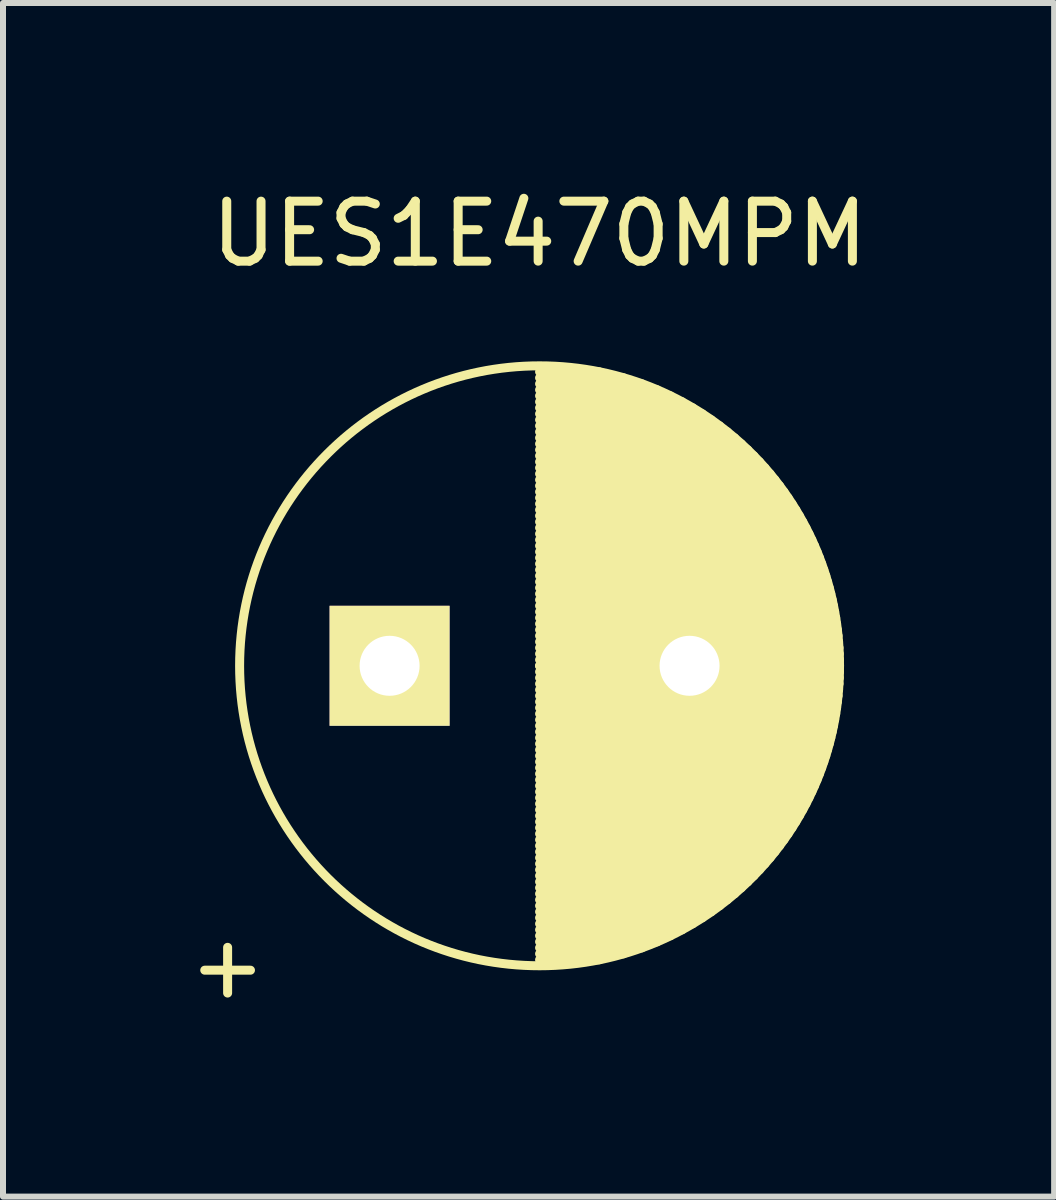
<source format=kicad_pcb>
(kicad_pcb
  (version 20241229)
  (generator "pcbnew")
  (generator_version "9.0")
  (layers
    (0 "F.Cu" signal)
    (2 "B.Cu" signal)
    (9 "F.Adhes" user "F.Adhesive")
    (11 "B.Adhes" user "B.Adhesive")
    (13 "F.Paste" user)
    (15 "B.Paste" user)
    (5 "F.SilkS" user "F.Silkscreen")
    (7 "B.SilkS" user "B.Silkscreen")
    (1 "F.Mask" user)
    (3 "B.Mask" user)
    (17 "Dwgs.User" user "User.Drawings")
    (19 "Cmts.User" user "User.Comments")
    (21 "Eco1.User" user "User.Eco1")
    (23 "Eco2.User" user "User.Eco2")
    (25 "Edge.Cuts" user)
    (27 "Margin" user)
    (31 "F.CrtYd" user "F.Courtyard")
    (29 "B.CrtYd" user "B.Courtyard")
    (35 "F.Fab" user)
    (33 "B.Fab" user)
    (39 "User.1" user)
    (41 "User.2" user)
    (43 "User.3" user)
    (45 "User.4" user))
  (footprint "UES1E470MPM"
    (layer "F.Cu")
    (at 3.444 8.048)
    (property "Reference" "UES1E470MPM" (at 2.5 -7.2 0) (layer "F.SilkS") (effects (font (size 1 1) (thickness 0.15))))
    (attr through_hole)
    (fp_line (start 2.5 -4.9) (end 3.495 -4.9) (stroke (width 0.15) (type solid)) (layer "F.SilkS"))
    (fp_line (start 2.5 -4.8) (end 3.9 -4.8) (stroke (width 0.15) (type solid)) (layer "F.SilkS"))
    (fp_line (start 2.5 -4.7) (end 4.206 -4.7) (stroke (width 0.15) (type solid)) (layer "F.SilkS"))
    (fp_line (start 2.5 -4.6) (end 4.46 -4.6) (stroke (width 0.15) (type solid)) (layer "F.SilkS"))
    (fp_line (start 2.5 -4.5) (end 4.679 -4.5) (stroke (width 0.15) (type solid)) (layer "F.SilkS"))
    (fp_line (start 2.5 -4.4) (end 4.875 -4.4) (stroke (width 0.15) (type solid)) (layer "F.SilkS"))
    (fp_line (start 2.5 -4.3) (end 5.051 -4.3) (stroke (width 0.15) (type solid)) (layer "F.SilkS"))
    (fp_line (start 2.5 -4.2) (end 5.213 -4.2) (stroke (width 0.15) (type solid)) (layer "F.SilkS"))
    (fp_line (start 2.5 -4.1) (end 5.362 -4.1) (stroke (width 0.15) (type solid)) (layer "F.SilkS"))
    (fp_line (start 2.5 -4) (end 5.5 -4) (stroke (width 0.15) (type solid)) (layer "F.SilkS"))
    (fp_line (start 2.5 -3.9) (end 5.629 -3.9) (stroke (width 0.15) (type solid)) (layer "F.SilkS"))
    (fp_line (start 2.5 -3.8) (end 5.75 -3.8) (stroke (width 0.15) (type solid)) (layer "F.SilkS"))
    (fp_line (start 2.5 -3.7) (end 5.863 -3.7) (stroke (width 0.15) (type solid)) (layer "F.SilkS"))
    (fp_line (start 2.5 -3.6) (end 5.97 -3.6) (stroke (width 0.15) (type solid)) (layer "F.SilkS"))
    (fp_line (start 2.5 -3.5) (end 6.071 -3.5) (stroke (width 0.15) (type solid)) (layer "F.SilkS"))
    (fp_line (start 2.5 -3.4) (end 6.166 -3.4) (stroke (width 0.15) (type solid)) (layer "F.SilkS"))
    (fp_line (start 2.5 -3.3) (end 6.256 -3.3) (stroke (width 0.15) (type solid)) (layer "F.SilkS"))
    (fp_line (start 2.5 -3.2) (end 6.342 -3.2) (stroke (width 0.15) (type solid)) (layer "F.SilkS"))
    (fp_line (start 2.5 -3.1) (end 6.423 -3.1) (stroke (width 0.15) (type solid)) (layer "F.SilkS"))
    (fp_line (start 2.5 -3) (end 6.5 -3) (stroke (width 0.15) (type solid)) (layer "F.SilkS"))
    (fp_line (start 2.5 -2.9) (end 6.573 -2.9) (stroke (width 0.15) (type solid)) (layer "F.SilkS"))
    (fp_line (start 2.5 -2.8) (end 6.642 -2.8) (stroke (width 0.15) (type solid)) (layer "F.SilkS"))
    (fp_line (start 2.5 -2.7) (end 6.708 -2.7) (stroke (width 0.15) (type solid)) (layer "F.SilkS"))
    (fp_line (start 2.5 -2.6) (end 6.771 -2.6) (stroke (width 0.15) (type solid)) (layer "F.SilkS"))
    (fp_line (start 2.5 -2.5) (end 6.83 -2.5) (stroke (width 0.15) (type solid)) (layer "F.SilkS"))
    (fp_line (start 2.5 -2.4) (end 6.886 -2.4) (stroke (width 0.15) (type solid)) (layer "F.SilkS"))
    (fp_line (start 2.5 -2.3) (end 6.94 -2.3) (stroke (width 0.15) (type solid)) (layer "F.SilkS"))
    (fp_line (start 2.5 -2.2) (end 6.99 -2.2) (stroke (width 0.15) (type solid)) (layer "F.SilkS"))
    (fp_line (start 2.5 -2.1) (end 7.038 -2.1) (stroke (width 0.15) (type solid)) (layer "F.SilkS"))
    (fp_line (start 2.5 -2) (end 7.083 -2) (stroke (width 0.15) (type solid)) (layer "F.SilkS"))
    (fp_line (start 2.5 -1.9) (end 7.125 -1.9) (stroke (width 0.15) (type solid)) (layer "F.SilkS"))
    (fp_line (start 2.5 -1.8) (end 7.165 -1.8) (stroke (width 0.15) (type solid)) (layer "F.SilkS"))
    (fp_line (start 2.5 -1.7) (end 7.202 -1.7) (stroke (width 0.15) (type solid)) (layer "F.SilkS"))
    (fp_line (start 2.5 -1.6) (end 7.237 -1.6) (stroke (width 0.15) (type solid)) (layer "F.SilkS"))
    (fp_line (start 2.5 -1.5) (end 7.27 -1.5) (stroke (width 0.15) (type solid)) (layer "F.SilkS"))
    (fp_line (start 2.5 -1.4) (end 7.3 -1.4) (stroke (width 0.15) (type solid)) (layer "F.SilkS"))
    (fp_line (start 2.5 -1.3) (end 7.328 -1.3) (stroke (width 0.15) (type solid)) (layer "F.SilkS"))
    (fp_line (start 2.5 -1.2) (end 7.354 -1.2) (stroke (width 0.15) (type solid)) (layer "F.SilkS"))
    (fp_line (start 2.5 -1.1) (end 7.377 -1.1) (stroke (width 0.15) (type solid)) (layer "F.SilkS"))
    (fp_line (start 2.5 -1) (end 7.399 -1) (stroke (width 0.15) (type solid)) (layer "F.SilkS"))
    (fp_line (start 2.5 -0.9) (end 7.418 -0.9) (stroke (width 0.15) (type solid)) (layer "F.SilkS"))
    (fp_line (start 2.5 -0.8) (end 7.436 -0.8) (stroke (width 0.15) (type solid)) (layer "F.SilkS"))
    (fp_line (start 2.5 -0.7) (end 7.451 -0.7) (stroke (width 0.15) (type solid)) (layer "F.SilkS"))
    (fp_line (start 2.5 -0.6) (end 7.464 -0.6) (stroke (width 0.15) (type solid)) (layer "F.SilkS"))
    (fp_line (start 2.5 -0.5) (end 7.475 -0.5) (stroke (width 0.15) (type solid)) (layer "F.SilkS"))
    (fp_line (start 2.5 -0.4) (end 7.484 -0.4) (stroke (width 0.15) (type solid)) (layer "F.SilkS"))
    (fp_line (start 2.5 -0.3) (end 7.491 -0.3) (stroke (width 0.15) (type solid)) (layer "F.SilkS"))
    (fp_line (start 2.5 -0.2) (end 7.496 -0.2) (stroke (width 0.15) (type solid)) (layer "F.SilkS"))
    (fp_line (start 2.5 -0.1) (end 7.499 -0.1) (stroke (width 0.15) (type solid)) (layer "F.SilkS"))
    (fp_line (start 2.5 0) (end 7.5 0) (stroke (width 0.15) (type solid)) (layer "F.SilkS"))
    (fp_line (start 2.5 0) (end 7.5 0) (stroke (width 0.15) (type solid)) (layer "F.SilkS"))
    (fp_line (start 2.5 0.1) (end 7.499 0.1) (stroke (width 0.15) (type solid)) (layer "F.SilkS"))
    (fp_line (start 2.5 0.2) (end 7.496 0.2) (stroke (width 0.15) (type solid)) (layer "F.SilkS"))
    (fp_line (start 2.5 0.3) (end 7.491 0.3) (stroke (width 0.15) (type solid)) (layer "F.SilkS"))
    (fp_line (start 2.5 0.4) (end 7.484 0.4) (stroke (width 0.15) (type solid)) (layer "F.SilkS"))
    (fp_line (start 2.5 0.5) (end 7.475 0.5) (stroke (width 0.15) (type solid)) (layer "F.SilkS"))
    (fp_line (start 2.5 0.6) (end 7.464 0.6) (stroke (width 0.15) (type solid)) (layer "F.SilkS"))
    (fp_line (start 2.5 0.7) (end 7.451 0.7) (stroke (width 0.15) (type solid)) (layer "F.SilkS"))
    (fp_line (start 2.5 0.8) (end 7.436 0.8) (stroke (width 0.15) (type solid)) (layer "F.SilkS"))
    (fp_line (start 2.5 0.9) (end 7.418 0.9) (stroke (width 0.15) (type solid)) (layer "F.SilkS"))
    (fp_line (start 2.5 1) (end 7.399 1) (stroke (width 0.15) (type solid)) (layer "F.SilkS"))
    (fp_line (start 2.5 1.1) (end 7.377 1.1) (stroke (width 0.15) (type solid)) (layer "F.SilkS"))
    (fp_line (start 2.5 1.2) (end 7.354 1.2) (stroke (width 0.15) (type solid)) (layer "F.SilkS"))
    (fp_line (start 2.5 1.3) (end 7.328 1.3) (stroke (width 0.15) (type solid)) (layer "F.SilkS"))
    (fp_line (start 2.5 1.4) (end 7.3 1.4) (stroke (width 0.15) (type solid)) (layer "F.SilkS"))
    (fp_line (start 2.5 1.5) (end 7.27 1.5) (stroke (width 0.15) (type solid)) (layer "F.SilkS"))
    (fp_line (start 2.5 1.6) (end 7.237 1.6) (stroke (width 0.15) (type solid)) (layer "F.SilkS"))
    (fp_line (start 2.5 1.7) (end 7.202 1.7) (stroke (width 0.15) (type solid)) (layer "F.SilkS"))
    (fp_line (start 2.5 1.8) (end 7.165 1.8) (stroke (width 0.15) (type solid)) (layer "F.SilkS"))
    (fp_line (start 2.5 1.9) (end 7.125 1.9) (stroke (width 0.15) (type solid)) (layer "F.SilkS"))
    (fp_line (start 2.5 2) (end 7.083 2) (stroke (width 0.15) (type solid)) (layer "F.SilkS"))
    (fp_line (start 2.5 2.1) (end 7.038 2.1) (stroke (width 0.15) (type solid)) (layer "F.SilkS"))
    (fp_line (start 2.5 2.2) (end 6.99 2.2) (stroke (width 0.15) (type solid)) (layer "F.SilkS"))
    (fp_line (start 2.5 2.3) (end 6.94 2.3) (stroke (width 0.15) (type solid)) (layer "F.SilkS"))
    (fp_line (start 2.5 2.4) (end 6.886 2.4) (stroke (width 0.15) (type solid)) (layer "F.SilkS"))
    (fp_line (start 2.5 2.5) (end 6.83 2.5) (stroke (width 0.15) (type solid)) (layer "F.SilkS"))
    (fp_line (start 2.5 2.6) (end 6.771 2.6) (stroke (width 0.15) (type solid)) (layer "F.SilkS"))
    (fp_line (start 2.5 2.7) (end 6.708 2.7) (stroke (width 0.15) (type solid)) (layer "F.SilkS"))
    (fp_line (start 2.5 2.8) (end 6.642 2.8) (stroke (width 0.15) (type solid)) (layer "F.SilkS"))
    (fp_line (start 2.5 2.9) (end 6.573 2.9) (stroke (width 0.15) (type solid)) (layer "F.SilkS"))
    (fp_line (start 2.5 3) (end 6.5 3) (stroke (width 0.15) (type solid)) (layer "F.SilkS"))
    (fp_line (start 2.5 3.1) (end 6.423 3.1) (stroke (width 0.15) (type solid)) (layer "F.SilkS"))
    (fp_line (start 2.5 3.2) (end 6.342 3.2) (stroke (width 0.15) (type solid)) (layer "F.SilkS"))
    (fp_line (start 2.5 3.3) (end 6.256 3.3) (stroke (width 0.15) (type solid)) (layer "F.SilkS"))
    (fp_line (start 2.5 3.4) (end 6.166 3.4) (stroke (width 0.15) (type solid)) (layer "F.SilkS"))
    (fp_line (start 2.5 3.5) (end 6.071 3.5) (stroke (width 0.15) (type solid)) (layer "F.SilkS"))
    (fp_line (start 2.5 3.6) (end 5.97 3.6) (stroke (width 0.15) (type solid)) (layer "F.SilkS"))
    (fp_line (start 2.5 3.7) (end 5.863 3.7) (stroke (width 0.15) (type solid)) (layer "F.SilkS"))
    (fp_line (start 2.5 3.8) (end 5.75 3.8) (stroke (width 0.15) (type solid)) (layer "F.SilkS"))
    (fp_line (start 2.5 3.9) (end 5.629 3.9) (stroke (width 0.15) (type solid)) (layer "F.SilkS"))
    (fp_line (start 2.5 4) (end 5.5 4) (stroke (width 0.15) (type solid)) (layer "F.SilkS"))
    (fp_line (start 2.5 4.1) (end 5.362 4.1) (stroke (width 0.15) (type solid)) (layer "F.SilkS"))
    (fp_line (start 2.5 4.2) (end 5.213 4.2) (stroke (width 0.15) (type solid)) (layer "F.SilkS"))
    (fp_line (start 2.5 4.3) (end 5.051 4.3) (stroke (width 0.15) (type solid)) (layer "F.SilkS"))
    (fp_line (start 2.5 4.4) (end 4.875 4.4) (stroke (width 0.15) (type solid)) (layer "F.SilkS"))
    (fp_line (start 2.5 4.5) (end 4.679 4.5) (stroke (width 0.15) (type solid)) (layer "F.SilkS"))
    (fp_line (start 2.5 4.6) (end 4.46 4.6) (stroke (width 0.15) (type solid)) (layer "F.SilkS"))
    (fp_line (start 2.5 4.7) (end 4.206 4.7) (stroke (width 0.15) (type solid)) (layer "F.SilkS"))
    (fp_line (start 2.5 4.8) (end 3.9 4.8) (stroke (width 0.15) (type solid)) (layer "F.SilkS"))
    (fp_line (start 2.5 4.9) (end 3.495 4.9) (stroke (width 0.15) (type solid)) (layer "F.SilkS"))
    (fp_circle (center 2.5 0) (end 2.5 -5) (stroke (width 0.15) (type solid)) (fill no) (layer "F.SilkS"))
    (fp_text user "+" (at -2.7 5 0) (layer "F.SilkS") (effects (font (size 1 1) (thickness 0.15))))
    (pad "1" thru_hole rect (at 0 0) (size 2 2) (drill 1) (layers "*.Cu" "*.Mask" "F.SilkS"))
    (pad "2" thru_hole circle (at 5 0) (size 2 2) (drill 1) (layers "*.Cu" "*.Mask" "F.SilkS")))
  (gr_rect
    (start -3 -3)
    (end 14.521 16.896)
    (stroke (width 0.1) (type default))
    (fill no)
    (layer "Edge.Cuts")))
</source>
